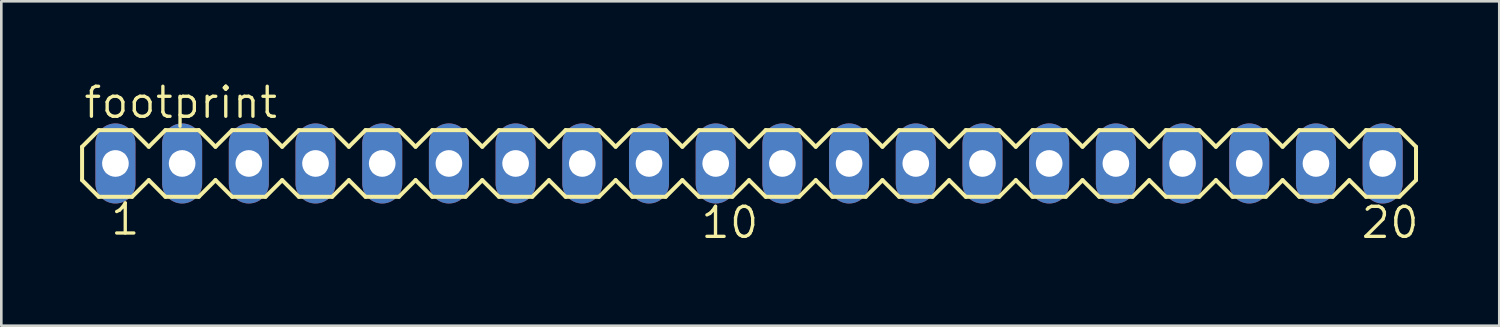
<source format=kicad_pcb>
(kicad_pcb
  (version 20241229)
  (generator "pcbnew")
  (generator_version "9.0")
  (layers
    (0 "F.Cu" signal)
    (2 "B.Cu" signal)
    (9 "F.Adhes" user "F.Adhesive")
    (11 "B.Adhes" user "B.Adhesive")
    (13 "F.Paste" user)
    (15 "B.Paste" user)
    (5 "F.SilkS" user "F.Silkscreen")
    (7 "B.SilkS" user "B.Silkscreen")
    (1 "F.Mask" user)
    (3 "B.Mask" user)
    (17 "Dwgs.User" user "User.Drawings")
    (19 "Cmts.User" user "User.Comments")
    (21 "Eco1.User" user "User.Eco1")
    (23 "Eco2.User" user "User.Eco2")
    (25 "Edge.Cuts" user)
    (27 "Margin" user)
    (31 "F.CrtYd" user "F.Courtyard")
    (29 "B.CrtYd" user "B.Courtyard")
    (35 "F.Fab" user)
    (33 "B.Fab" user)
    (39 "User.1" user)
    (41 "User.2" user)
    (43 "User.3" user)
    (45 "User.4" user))
  (footprint "footprint"
    (layer "F.Cu")
    (at 25.476 3.175)
    (property "Reference" "footprint" (at -25.4 -1.651 0) (layer "F.SilkS") (effects (font (size 1.143 1.143) (thickness 0.127)) (justify left bottom)))
    (fp_line (start -25.4 -0.635) (end -25.4 0.635) (stroke (width 0.152) (type solid)) (layer "F.SilkS"))
    (fp_line (start -25.4 0.635) (end -24.765 1.27) (stroke (width 0.152) (type solid)) (layer "F.SilkS"))
    (fp_line (start -24.765 -1.27) (end -25.4 -0.635) (stroke (width 0.152) (type solid)) (layer "F.SilkS"))
    (fp_line (start -24.765 -1.27) (end -23.495 -1.27) (stroke (width 0.152) (type solid)) (layer "F.SilkS"))
    (fp_line (start -23.495 -1.27) (end -22.86 -0.635) (stroke (width 0.152) (type solid)) (layer "F.SilkS"))
    (fp_line (start -23.495 1.27) (end -24.765 1.27) (stroke (width 0.152) (type solid)) (layer "F.SilkS"))
    (fp_line (start -22.86 -0.635) (end -22.225 -1.27) (stroke (width 0.152) (type solid)) (layer "F.SilkS"))
    (fp_line (start -22.86 0.635) (end -23.495 1.27) (stroke (width 0.152) (type solid)) (layer "F.SilkS"))
    (fp_line (start -22.225 -1.27) (end -20.955 -1.27) (stroke (width 0.152) (type solid)) (layer "F.SilkS"))
    (fp_line (start -22.225 1.27) (end -22.86 0.635) (stroke (width 0.152) (type solid)) (layer "F.SilkS"))
    (fp_line (start -20.955 -1.27) (end -20.32 -0.635) (stroke (width 0.152) (type solid)) (layer "F.SilkS"))
    (fp_line (start -20.955 1.27) (end -22.225 1.27) (stroke (width 0.152) (type solid)) (layer "F.SilkS"))
    (fp_line (start -20.32 -0.635) (end -19.685 -1.27) (stroke (width 0.152) (type solid)) (layer "F.SilkS"))
    (fp_line (start -20.32 0.635) (end -20.955 1.27) (stroke (width 0.152) (type solid)) (layer "F.SilkS"))
    (fp_line (start -19.685 -1.27) (end -18.415 -1.27) (stroke (width 0.152) (type solid)) (layer "F.SilkS"))
    (fp_line (start -19.685 1.27) (end -20.32 0.635) (stroke (width 0.152) (type solid)) (layer "F.SilkS"))
    (fp_line (start -18.415 -1.27) (end -17.78 -0.635) (stroke (width 0.152) (type solid)) (layer "F.SilkS"))
    (fp_line (start -18.415 1.27) (end -19.685 1.27) (stroke (width 0.152) (type solid)) (layer "F.SilkS"))
    (fp_line (start -17.78 0.635) (end -18.415 1.27) (stroke (width 0.152) (type solid)) (layer "F.SilkS"))
    (fp_line (start -17.78 0.635) (end -17.145 1.27) (stroke (width 0.152) (type solid)) (layer "F.SilkS"))
    (fp_line (start -17.145 -1.27) (end -17.78 -0.635) (stroke (width 0.152) (type solid)) (layer "F.SilkS"))
    (fp_line (start -17.145 -1.27) (end -15.875 -1.27) (stroke (width 0.152) (type solid)) (layer "F.SilkS"))
    (fp_line (start -15.875 -1.27) (end -15.24 -0.635) (stroke (width 0.152) (type solid)) (layer "F.SilkS"))
    (fp_line (start -15.875 1.27) (end -17.145 1.27) (stroke (width 0.152) (type solid)) (layer "F.SilkS"))
    (fp_line (start -15.24 -0.635) (end -14.605 -1.27) (stroke (width 0.152) (type solid)) (layer "F.SilkS"))
    (fp_line (start -15.24 0.635) (end -15.875 1.27) (stroke (width 0.152) (type solid)) (layer "F.SilkS"))
    (fp_line (start -14.605 -1.27) (end -13.335 -1.27) (stroke (width 0.152) (type solid)) (layer "F.SilkS"))
    (fp_line (start -14.605 1.27) (end -15.24 0.635) (stroke (width 0.152) (type solid)) (layer "F.SilkS"))
    (fp_line (start -13.335 -1.27) (end -12.7 -0.635) (stroke (width 0.152) (type solid)) (layer "F.SilkS"))
    (fp_line (start -13.335 1.27) (end -14.605 1.27) (stroke (width 0.152) (type solid)) (layer "F.SilkS"))
    (fp_line (start -12.7 0.635) (end -13.335 1.27) (stroke (width 0.152) (type solid)) (layer "F.SilkS"))
    (fp_line (start -12.7 0.635) (end -12.065 1.27) (stroke (width 0.152) (type solid)) (layer "F.SilkS"))
    (fp_line (start -12.065 -1.27) (end -12.7 -0.635) (stroke (width 0.152) (type solid)) (layer "F.SilkS"))
    (fp_line (start -12.065 -1.27) (end -10.795 -1.27) (stroke (width 0.152) (type solid)) (layer "F.SilkS"))
    (fp_line (start -10.795 -1.27) (end -10.16 -0.635) (stroke (width 0.152) (type solid)) (layer "F.SilkS"))
    (fp_line (start -10.795 1.27) (end -12.065 1.27) (stroke (width 0.152) (type solid)) (layer "F.SilkS"))
    (fp_line (start -10.16 -0.635) (end -9.525 -1.27) (stroke (width 0.152) (type solid)) (layer "F.SilkS"))
    (fp_line (start -10.16 0.635) (end -10.795 1.27) (stroke (width 0.152) (type solid)) (layer "F.SilkS"))
    (fp_line (start -9.525 -1.27) (end -8.255 -1.27) (stroke (width 0.152) (type solid)) (layer "F.SilkS"))
    (fp_line (start -9.525 1.27) (end -10.16 0.635) (stroke (width 0.152) (type solid)) (layer "F.SilkS"))
    (fp_line (start -8.255 -1.27) (end -7.62 -0.635) (stroke (width 0.152) (type solid)) (layer "F.SilkS"))
    (fp_line (start -8.255 1.27) (end -9.525 1.27) (stroke (width 0.152) (type solid)) (layer "F.SilkS"))
    (fp_line (start -7.62 -0.635) (end -6.985 -1.27) (stroke (width 0.152) (type solid)) (layer "F.SilkS"))
    (fp_line (start -7.62 0.635) (end -8.255 1.27) (stroke (width 0.152) (type solid)) (layer "F.SilkS"))
    (fp_line (start -6.985 -1.27) (end -5.715 -1.27) (stroke (width 0.152) (type solid)) (layer "F.SilkS"))
    (fp_line (start -6.985 1.27) (end -7.62 0.635) (stroke (width 0.152) (type solid)) (layer "F.SilkS"))
    (fp_line (start -5.715 -1.27) (end -5.08 -0.635) (stroke (width 0.152) (type solid)) (layer "F.SilkS"))
    (fp_line (start -5.715 1.27) (end -6.985 1.27) (stroke (width 0.152) (type solid)) (layer "F.SilkS"))
    (fp_line (start -5.08 0.635) (end -5.715 1.27) (stroke (width 0.152) (type solid)) (layer "F.SilkS"))
    (fp_line (start -5.08 0.635) (end -4.445 1.27) (stroke (width 0.152) (type solid)) (layer "F.SilkS"))
    (fp_line (start -4.445 -1.27) (end -5.08 -0.635) (stroke (width 0.152) (type solid)) (layer "F.SilkS"))
    (fp_line (start -4.445 -1.27) (end -3.175 -1.27) (stroke (width 0.152) (type solid)) (layer "F.SilkS"))
    (fp_line (start -3.175 -1.27) (end -2.54 -0.635) (stroke (width 0.152) (type solid)) (layer "F.SilkS"))
    (fp_line (start -3.175 1.27) (end -4.445 1.27) (stroke (width 0.152) (type solid)) (layer "F.SilkS"))
    (fp_line (start -2.54 -0.635) (end -1.905 -1.27) (stroke (width 0.152) (type solid)) (layer "F.SilkS"))
    (fp_line (start -2.54 0.635) (end -3.175 1.27) (stroke (width 0.152) (type solid)) (layer "F.SilkS"))
    (fp_line (start -1.905 -1.27) (end -0.635 -1.27) (stroke (width 0.152) (type solid)) (layer "F.SilkS"))
    (fp_line (start -1.905 1.27) (end -2.54 0.635) (stroke (width 0.152) (type solid)) (layer "F.SilkS"))
    (fp_line (start -0.635 -1.27) (end 0 -0.635) (stroke (width 0.152) (type solid)) (layer "F.SilkS"))
    (fp_line (start -0.635 1.27) (end -1.905 1.27) (stroke (width 0.152) (type solid)) (layer "F.SilkS"))
    (fp_line (start 0 0.635) (end -0.635 1.27) (stroke (width 0.152) (type solid)) (layer "F.SilkS"))
    (fp_line (start 0 0.635) (end 0.635 1.27) (stroke (width 0.152) (type solid)) (layer "F.SilkS"))
    (fp_line (start 0.635 -1.27) (end 0 -0.635) (stroke (width 0.152) (type solid)) (layer "F.SilkS"))
    (fp_line (start 0.635 -1.27) (end 1.905 -1.27) (stroke (width 0.152) (type solid)) (layer "F.SilkS"))
    (fp_line (start 1.905 -1.27) (end 2.54 -0.635) (stroke (width 0.152) (type solid)) (layer "F.SilkS"))
    (fp_line (start 1.905 1.27) (end 0.635 1.27) (stroke (width 0.152) (type solid)) (layer "F.SilkS"))
    (fp_line (start 2.54 -0.635) (end 3.175 -1.27) (stroke (width 0.152) (type solid)) (layer "F.SilkS"))
    (fp_line (start 2.54 0.635) (end 1.905 1.27) (stroke (width 0.152) (type solid)) (layer "F.SilkS"))
    (fp_line (start 3.175 -1.27) (end 4.445 -1.27) (stroke (width 0.152) (type solid)) (layer "F.SilkS"))
    (fp_line (start 3.175 1.27) (end 2.54 0.635) (stroke (width 0.152) (type solid)) (layer "F.SilkS"))
    (fp_line (start 4.445 -1.27) (end 5.08 -0.635) (stroke (width 0.152) (type solid)) (layer "F.SilkS"))
    (fp_line (start 4.445 1.27) (end 3.175 1.27) (stroke (width 0.152) (type solid)) (layer "F.SilkS"))
    (fp_line (start 5.08 -0.635) (end 5.715 -1.27) (stroke (width 0.152) (type solid)) (layer "F.SilkS"))
    (fp_line (start 5.08 0.635) (end 4.445 1.27) (stroke (width 0.152) (type solid)) (layer "F.SilkS"))
    (fp_line (start 5.715 -1.27) (end 6.985 -1.27) (stroke (width 0.152) (type solid)) (layer "F.SilkS"))
    (fp_line (start 5.715 1.27) (end 5.08 0.635) (stroke (width 0.152) (type solid)) (layer "F.SilkS"))
    (fp_line (start 6.985 -1.27) (end 7.62 -0.635) (stroke (width 0.152) (type solid)) (layer "F.SilkS"))
    (fp_line (start 6.985 1.27) (end 5.715 1.27) (stroke (width 0.152) (type solid)) (layer "F.SilkS"))
    (fp_line (start 7.62 0.635) (end 6.985 1.27) (stroke (width 0.152) (type solid)) (layer "F.SilkS"))
    (fp_line (start 7.62 0.635) (end 8.255 1.27) (stroke (width 0.152) (type solid)) (layer "F.SilkS"))
    (fp_line (start 8.255 -1.27) (end 7.62 -0.635) (stroke (width 0.152) (type solid)) (layer "F.SilkS"))
    (fp_line (start 8.255 -1.27) (end 9.525 -1.27) (stroke (width 0.152) (type solid)) (layer "F.SilkS"))
    (fp_line (start 9.525 -1.27) (end 10.16 -0.635) (stroke (width 0.152) (type solid)) (layer "F.SilkS"))
    (fp_line (start 9.525 1.27) (end 8.255 1.27) (stroke (width 0.152) (type solid)) (layer "F.SilkS"))
    (fp_line (start 10.16 -0.635) (end 10.795 -1.27) (stroke (width 0.152) (type solid)) (layer "F.SilkS"))
    (fp_line (start 10.16 0.635) (end 9.525 1.27) (stroke (width 0.152) (type solid)) (layer "F.SilkS"))
    (fp_line (start 10.795 -1.27) (end 12.065 -1.27) (stroke (width 0.152) (type solid)) (layer "F.SilkS"))
    (fp_line (start 10.795 1.27) (end 10.16 0.635) (stroke (width 0.152) (type solid)) (layer "F.SilkS"))
    (fp_line (start 12.065 -1.27) (end 12.7 -0.635) (stroke (width 0.152) (type solid)) (layer "F.SilkS"))
    (fp_line (start 12.065 1.27) (end 10.795 1.27) (stroke (width 0.152) (type solid)) (layer "F.SilkS"))
    (fp_line (start 12.7 0.635) (end 12.065 1.27) (stroke (width 0.152) (type solid)) (layer "F.SilkS"))
    (fp_line (start 12.7 0.635) (end 13.335 1.27) (stroke (width 0.152) (type solid)) (layer "F.SilkS"))
    (fp_line (start 13.335 -1.27) (end 12.7 -0.635) (stroke (width 0.152) (type solid)) (layer "F.SilkS"))
    (fp_line (start 13.335 -1.27) (end 14.605 -1.27) (stroke (width 0.152) (type solid)) (layer "F.SilkS"))
    (fp_line (start 14.605 -1.27) (end 15.24 -0.635) (stroke (width 0.152) (type solid)) (layer "F.SilkS"))
    (fp_line (start 14.605 1.27) (end 13.335 1.27) (stroke (width 0.152) (type solid)) (layer "F.SilkS"))
    (fp_line (start 15.24 -0.635) (end 15.875 -1.27) (stroke (width 0.152) (type solid)) (layer "F.SilkS"))
    (fp_line (start 15.24 0.635) (end 14.605 1.27) (stroke (width 0.152) (type solid)) (layer "F.SilkS"))
    (fp_line (start 15.875 -1.27) (end 17.145 -1.27) (stroke (width 0.152) (type solid)) (layer "F.SilkS"))
    (fp_line (start 15.875 1.27) (end 15.24 0.635) (stroke (width 0.152) (type solid)) (layer "F.SilkS"))
    (fp_line (start 17.145 -1.27) (end 17.78 -0.635) (stroke (width 0.152) (type solid)) (layer "F.SilkS"))
    (fp_line (start 17.145 1.27) (end 15.875 1.27) (stroke (width 0.152) (type solid)) (layer "F.SilkS"))
    (fp_line (start 17.78 -0.635) (end 18.415 -1.27) (stroke (width 0.152) (type solid)) (layer "F.SilkS"))
    (fp_line (start 17.78 0.635) (end 17.145 1.27) (stroke (width 0.152) (type solid)) (layer "F.SilkS"))
    (fp_line (start 18.415 -1.27) (end 19.685 -1.27) (stroke (width 0.152) (type solid)) (layer "F.SilkS"))
    (fp_line (start 18.415 1.27) (end 17.78 0.635) (stroke (width 0.152) (type solid)) (layer "F.SilkS"))
    (fp_line (start 19.685 -1.27) (end 20.32 -0.635) (stroke (width 0.152) (type solid)) (layer "F.SilkS"))
    (fp_line (start 19.685 1.27) (end 18.415 1.27) (stroke (width 0.152) (type solid)) (layer "F.SilkS"))
    (fp_line (start 20.32 0.635) (end 19.685 1.27) (stroke (width 0.152) (type solid)) (layer "F.SilkS"))
    (fp_line (start 20.32 0.635) (end 20.955 1.27) (stroke (width 0.152) (type solid)) (layer "F.SilkS"))
    (fp_line (start 20.955 -1.27) (end 20.32 -0.635) (stroke (width 0.152) (type solid)) (layer "F.SilkS"))
    (fp_line (start 20.955 -1.27) (end 22.225 -1.27) (stroke (width 0.152) (type solid)) (layer "F.SilkS"))
    (fp_line (start 22.225 -1.27) (end 22.86 -0.635) (stroke (width 0.152) (type solid)) (layer "F.SilkS"))
    (fp_line (start 22.225 1.27) (end 20.955 1.27) (stroke (width 0.152) (type solid)) (layer "F.SilkS"))
    (fp_line (start 22.86 -0.635) (end 23.495 -1.27) (stroke (width 0.152) (type solid)) (layer "F.SilkS"))
    (fp_line (start 22.86 0.635) (end 22.225 1.27) (stroke (width 0.152) (type solid)) (layer "F.SilkS"))
    (fp_line (start 23.495 -1.27) (end 24.765 -1.27) (stroke (width 0.152) (type solid)) (layer "F.SilkS"))
    (fp_line (start 23.495 1.27) (end 22.86 0.635) (stroke (width 0.152) (type solid)) (layer "F.SilkS"))
    (fp_line (start 24.765 -1.27) (end 25.4 -0.635) (stroke (width 0.152) (type solid)) (layer "F.SilkS"))
    (fp_line (start 24.765 1.27) (end 23.495 1.27) (stroke (width 0.152) (type solid)) (layer "F.SilkS"))
    (fp_line (start 25.4 -0.635) (end 25.4 0.635) (stroke (width 0.152) (type solid)) (layer "F.SilkS"))
    (fp_line (start 25.4 0.635) (end 24.765 1.27) (stroke (width 0.152) (type solid)) (layer "F.SilkS"))
    (fp_poly (pts (xy -24.46 0.33) (xy -23.8 0.33) (xy -23.8 -0.33) (xy -24.46 -0.33)) (stroke (width 0.1) (type solid)) (fill no) (layer "F.Fab"))
    (fp_poly (pts (xy -21.92 0.33) (xy -21.26 0.33) (xy -21.26 -0.33) (xy -21.92 -0.33)) (stroke (width 0.1) (type solid)) (fill no) (layer "F.Fab"))
    (fp_poly (pts (xy -19.38 0.33) (xy -18.72 0.33) (xy -18.72 -0.33) (xy -19.38 -0.33)) (stroke (width 0.1) (type solid)) (fill no) (layer "F.Fab"))
    (fp_poly (pts (xy -16.84 0.33) (xy -16.18 0.33) (xy -16.18 -0.33) (xy -16.84 -0.33)) (stroke (width 0.1) (type solid)) (fill no) (layer "F.Fab"))
    (fp_poly (pts (xy -14.3 0.33) (xy -13.64 0.33) (xy -13.64 -0.33) (xy -14.3 -0.33)) (stroke (width 0.1) (type solid)) (fill no) (layer "F.Fab"))
    (fp_poly (pts (xy -11.76 0.33) (xy -11.1 0.33) (xy -11.1 -0.33) (xy -11.76 -0.33)) (stroke (width 0.1) (type solid)) (fill no) (layer "F.Fab"))
    (fp_poly (pts (xy -9.22 0.33) (xy -8.56 0.33) (xy -8.56 -0.33) (xy -9.22 -0.33)) (stroke (width 0.1) (type solid)) (fill no) (layer "F.Fab"))
    (fp_poly (pts (xy -6.68 0.33) (xy -6.02 0.33) (xy -6.02 -0.33) (xy -6.68 -0.33)) (stroke (width 0.1) (type solid)) (fill no) (layer "F.Fab"))
    (fp_poly (pts (xy -4.14 0.33) (xy -3.48 0.33) (xy -3.48 -0.33) (xy -4.14 -0.33)) (stroke (width 0.1) (type solid)) (fill no) (layer "F.Fab"))
    (fp_poly (pts (xy -1.6 0.33) (xy -0.94 0.33) (xy -0.94 -0.33) (xy -1.6 -0.33)) (stroke (width 0.1) (type solid)) (fill no) (layer "F.Fab"))
    (fp_poly (pts (xy 0.94 0.33) (xy 1.6 0.33) (xy 1.6 -0.33) (xy 0.94 -0.33)) (stroke (width 0.1) (type solid)) (fill no) (layer "F.Fab"))
    (fp_poly (pts (xy 3.48 0.33) (xy 4.14 0.33) (xy 4.14 -0.33) (xy 3.48 -0.33)) (stroke (width 0.1) (type solid)) (fill no) (layer "F.Fab"))
    (fp_poly (pts (xy 6.02 0.33) (xy 6.68 0.33) (xy 6.68 -0.33) (xy 6.02 -0.33)) (stroke (width 0.1) (type solid)) (fill no) (layer "F.Fab"))
    (fp_poly (pts (xy 8.56 0.33) (xy 9.22 0.33) (xy 9.22 -0.33) (xy 8.56 -0.33)) (stroke (width 0.1) (type solid)) (fill no) (layer "F.Fab"))
    (fp_poly (pts (xy 11.1 0.33) (xy 11.76 0.33) (xy 11.76 -0.33) (xy 11.1 -0.33)) (stroke (width 0.1) (type solid)) (fill no) (layer "F.Fab"))
    (fp_poly (pts (xy 13.64 0.33) (xy 14.3 0.33) (xy 14.3 -0.33) (xy 13.64 -0.33)) (stroke (width 0.1) (type solid)) (fill no) (layer "F.Fab"))
    (fp_poly (pts (xy 16.18 0.33) (xy 16.84 0.33) (xy 16.84 -0.33) (xy 16.18 -0.33)) (stroke (width 0.1) (type solid)) (fill no) (layer "F.Fab"))
    (fp_poly (pts (xy 18.72 0.33) (xy 19.38 0.33) (xy 19.38 -0.33) (xy 18.72 -0.33)) (stroke (width 0.1) (type solid)) (fill no) (layer "F.Fab"))
    (fp_poly (pts (xy 21.26 0.33) (xy 21.92 0.33) (xy 21.92 -0.33) (xy 21.26 -0.33)) (stroke (width 0.1) (type solid)) (fill no) (layer "F.Fab"))
    (fp_poly (pts (xy 23.8 0.33) (xy 24.46 0.33) (xy 24.46 -0.33) (xy 23.8 -0.33)) (stroke (width 0.1) (type solid)) (fill no) (layer "F.Fab"))
    (fp_text user "20" (at 23.241 2.921 0) (layer "F.SilkS") (effects (font (size 1.143 1.143) (thickness 0.127)) (justify left bottom)))
    (fp_text user "1" (at -24.384 2.794 0) (layer "F.SilkS") (effects (font (size 1.143 1.143) (thickness 0.127)) (justify left bottom)))
    (fp_text user "10" (at -1.905 2.921 0) (layer "F.SilkS") (effects (font (size 1.143 1.143) (thickness 0.127)) (justify left bottom)))
    (pad "1" thru_hole oval (at -24.13 0 90) (size 3.048 1.524) (drill 1.016) (layers "*.Cu" "*.Mask"))
    (pad "2" thru_hole oval (at -21.59 0 90) (size 3.048 1.524) (drill 1.016) (layers "*.Cu" "*.Mask"))
    (pad "3" thru_hole oval (at -19.05 0 90) (size 3.048 1.524) (drill 1.016) (layers "*.Cu" "*.Mask"))
    (pad "4" thru_hole oval (at -16.51 0 90) (size 3.048 1.524) (drill 1.016) (layers "*.Cu" "*.Mask"))
    (pad "5" thru_hole oval (at -13.97 0 90) (size 3.048 1.524) (drill 1.016) (layers "*.Cu" "*.Mask"))
    (pad "6" thru_hole oval (at -11.43 0 90) (size 3.048 1.524) (drill 1.016) (layers "*.Cu" "*.Mask"))
    (pad "7" thru_hole oval (at -8.89 0 90) (size 3.048 1.524) (drill 1.016) (layers "*.Cu" "*.Mask"))
    (pad "8" thru_hole oval (at -6.35 0 90) (size 3.048 1.524) (drill 1.016) (layers "*.Cu" "*.Mask"))
    (pad "9" thru_hole oval (at -3.81 0 90) (size 3.048 1.524) (drill 1.016) (layers "*.Cu" "*.Mask"))
    (pad "10" thru_hole oval (at -1.27 0 90) (size 3.048 1.524) (drill 1.016) (layers "*.Cu" "*.Mask"))
    (pad "11" thru_hole oval (at 1.27 0 90) (size 3.048 1.524) (drill 1.016) (layers "*.Cu" "*.Mask"))
    (pad "12" thru_hole oval (at 3.81 0 90) (size 3.048 1.524) (drill 1.016) (layers "*.Cu" "*.Mask"))
    (pad "13" thru_hole oval (at 6.35 0 90) (size 3.048 1.524) (drill 1.016) (layers "*.Cu" "*.Mask"))
    (pad "14" thru_hole oval (at 8.89 0 90) (size 3.048 1.524) (drill 1.016) (layers "*.Cu" "*.Mask"))
    (pad "15" thru_hole oval (at 11.43 0 90) (size 3.048 1.524) (drill 1.016) (layers "*.Cu" "*.Mask"))
    (pad "16" thru_hole oval (at 13.97 0 90) (size 3.048 1.524) (drill 1.016) (layers "*.Cu" "*.Mask"))
    (pad "17" thru_hole oval (at 16.51 0 90) (size 3.048 1.524) (drill 1.016) (layers "*.Cu" "*.Mask"))
    (pad "18" thru_hole oval (at 19.05 0 90) (size 3.048 1.524) (drill 1.016) (layers "*.Cu" "*.Mask"))
    (pad "19" thru_hole oval (at 21.59 0 90) (size 3.048 1.524) (drill 1.016) (layers "*.Cu" "*.Mask"))
    (pad "20" thru_hole oval (at 24.13 0 90) (size 3.048 1.524) (drill 1.016) (layers "*.Cu" "*.Mask")))
  (gr_rect
    (start -3 -3)
    (end 54.047 9.355)
    (stroke (width 0.1) (type default))
    (fill no)
    (layer "Edge.Cuts")))
</source>
